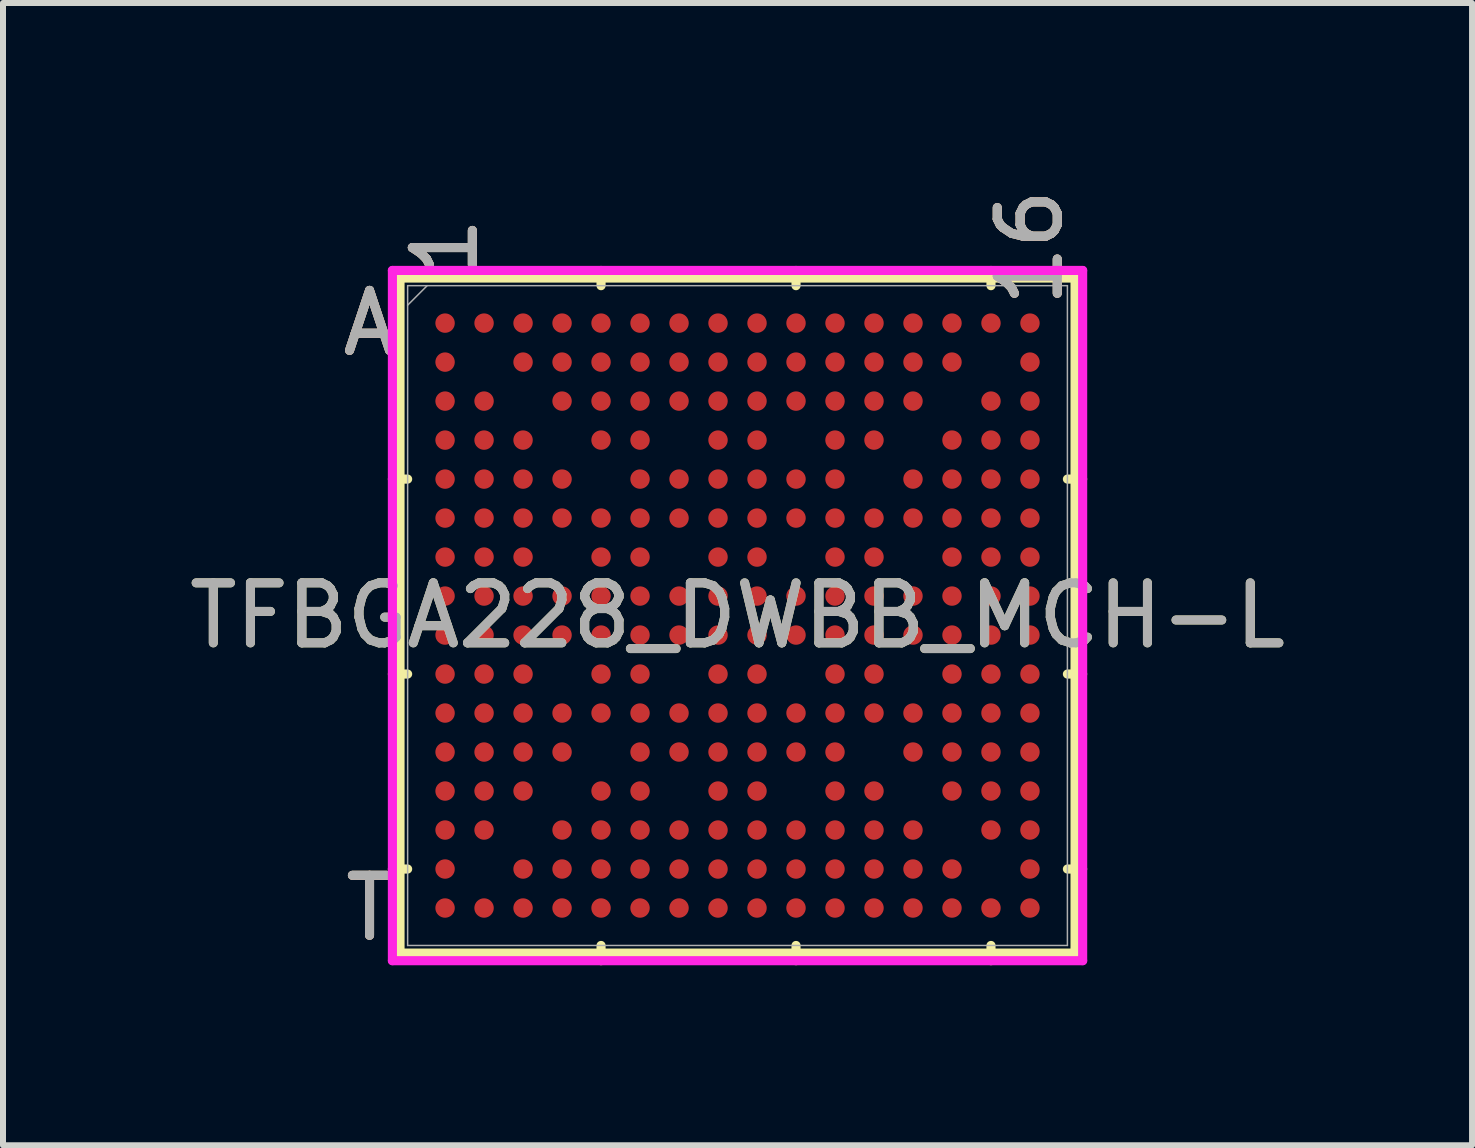
<source format=kicad_pcb>
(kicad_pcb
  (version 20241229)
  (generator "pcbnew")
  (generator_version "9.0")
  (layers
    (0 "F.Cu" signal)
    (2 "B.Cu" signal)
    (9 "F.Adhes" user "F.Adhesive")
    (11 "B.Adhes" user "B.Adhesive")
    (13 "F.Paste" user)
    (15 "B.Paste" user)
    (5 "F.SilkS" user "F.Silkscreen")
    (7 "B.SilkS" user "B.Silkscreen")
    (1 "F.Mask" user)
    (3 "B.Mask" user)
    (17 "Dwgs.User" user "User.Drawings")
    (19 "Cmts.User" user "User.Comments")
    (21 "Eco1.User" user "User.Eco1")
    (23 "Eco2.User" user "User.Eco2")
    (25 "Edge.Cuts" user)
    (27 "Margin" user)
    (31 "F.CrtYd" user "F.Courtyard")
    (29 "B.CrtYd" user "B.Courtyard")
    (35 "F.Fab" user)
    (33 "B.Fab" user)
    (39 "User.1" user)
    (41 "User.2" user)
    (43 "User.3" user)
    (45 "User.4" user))
  (footprint "TFBGA228_DWBB_MCH-L"
    (layer "F.Cu")
    (at 9.244 7.211)
    (property "Reference" "TFBGA228_DWBB_MCH-L" (at 0 0 0) (unlocked yes) (layer "F.SilkS") (effects (font (size 1 1) (thickness 0.15))))
    (attr smd)
    (fp_line (start -5.626 -5.626) (end -5.626 5.626) (stroke (width 0.152) (type solid)) (layer "F.SilkS"))
    (fp_line (start -5.626 5.626) (end 5.626 5.626) (stroke (width 0.152) (type solid)) (layer "F.SilkS"))
    (fp_line (start -5.499 -2.275) (end -5.753 -2.275) (stroke (width 0.152) (type solid)) (layer "F.SilkS"))
    (fp_line (start -5.499 0.975) (end -5.753 0.975) (stroke (width 0.152) (type solid)) (layer "F.SilkS"))
    (fp_line (start -5.499 4.225) (end -5.753 4.225) (stroke (width 0.152) (type solid)) (layer "F.SilkS"))
    (fp_line (start -2.275 -5.499) (end -2.275 -5.753) (stroke (width 0.152) (type solid)) (layer "F.SilkS"))
    (fp_line (start -2.275 5.499) (end -2.275 5.753) (stroke (width 0.152) (type solid)) (layer "F.SilkS"))
    (fp_line (start 0.975 -5.499) (end 0.975 -5.753) (stroke (width 0.152) (type solid)) (layer "F.SilkS"))
    (fp_line (start 0.975 5.499) (end 0.975 5.753) (stroke (width 0.152) (type solid)) (layer "F.SilkS"))
    (fp_line (start 4.225 -5.499) (end 4.225 -5.753) (stroke (width 0.152) (type solid)) (layer "F.SilkS"))
    (fp_line (start 4.225 5.499) (end 4.225 5.753) (stroke (width 0.152) (type solid)) (layer "F.SilkS"))
    (fp_line (start 5.499 -2.275) (end 5.753 -2.275) (stroke (width 0.152) (type solid)) (layer "F.SilkS"))
    (fp_line (start 5.499 0.975) (end 5.753 0.975) (stroke (width 0.152) (type solid)) (layer "F.SilkS"))
    (fp_line (start 5.499 4.225) (end 5.753 4.225) (stroke (width 0.152) (type solid)) (layer "F.SilkS"))
    (fp_line (start 5.626 -5.626) (end -5.626 -5.626) (stroke (width 0.152) (type solid)) (layer "F.SilkS"))
    (fp_line (start 5.626 5.626) (end 5.626 -5.626) (stroke (width 0.152) (type solid)) (layer "F.SilkS"))
    (fp_poly (pts (xy -5.644 -5.644) (xy 5.644 -5.644) (xy 5.644 5.644) (xy -5.644 5.644)) (stroke (width 0.1) (type solid)) (fill no) (layer "Eco2.User"))
    (fp_line (start -5.753 -5.753) (end 5.753 -5.753) (stroke (width 0.152) (type solid)) (layer "F.CrtYd"))
    (fp_line (start -5.753 5.753) (end -5.753 -5.753) (stroke (width 0.152) (type solid)) (layer "F.CrtYd"))
    (fp_line (start 5.753 -5.753) (end 5.753 5.753) (stroke (width 0.152) (type solid)) (layer "F.CrtYd"))
    (fp_line (start 5.753 5.753) (end -5.753 5.753) (stroke (width 0.152) (type solid)) (layer "F.CrtYd"))
    (fp_line (start -5.499 -5.499) (end -5.499 5.499) (stroke (width 0.025) (type solid)) (layer "F.Fab"))
    (fp_line (start -5.499 5.499) (end 5.499 5.499) (stroke (width 0.025) (type solid)) (layer "F.Fab"))
    (fp_line (start -5.174 -5.499) (end -5.499 -5.174) (stroke (width 0.025) (type solid)) (layer "F.Fab"))
    (fp_line (start 5.499 -5.499) (end -5.499 -5.499) (stroke (width 0.025) (type solid)) (layer "F.Fab"))
    (fp_line (start 5.499 5.499) (end 5.499 -5.499) (stroke (width 0.025) (type solid)) (layer "F.Fab"))
    (fp_text user "T" (at -6.134 4.875 0) (unlocked yes) (layer "F.SilkS") (effects (font (size 1 1) (thickness 0.15))))
    (fp_text user "16" (at 4.875 -6.134 90) (unlocked yes) (layer "F.SilkS") (effects (font (size 1 1) (thickness 0.15))))
    (fp_text user "A" (at -6.134 -4.875 0) (unlocked yes) (layer "F.SilkS") (effects (font (size 1 1) (thickness 0.15))))
    (fp_text user "1" (at -4.875 -6.134 90) (unlocked yes) (layer "F.SilkS") (effects (font (size 1 1) (thickness 0.15))))
    (fp_text user "16" (at 4.875 -6.134 90) (unlocked yes) (layer "B.SilkS") (effects (font (size 1 1) (thickness 0.15))))
    (fp_text user "T" (at -6.134 4.875 0) (unlocked yes) (layer "B.SilkS") (effects (font (size 1 1) (thickness 0.15))))
    (fp_text user "A" (at -6.134 -4.875 0) (unlocked yes) (layer "B.SilkS") (effects (font (size 1 1) (thickness 0.15))))
    (fp_text user "1" (at -4.875 -6.134 90) (unlocked yes) (layer "B.SilkS") (effects (font (size 1 1) (thickness 0.15))))
    (fp_text user "A" (at -6.134 -4.875 0) (unlocked yes) (layer "F.Fab") (effects (font (size 1 1) (thickness 0.15))))
    (fp_text user "1" (at -4.875 -6.134 90) (unlocked yes) (layer "F.Fab") (effects (font (size 1 1) (thickness 0.15))))
    (fp_text user "${REFERENCE}" (at 0 0 0) (unlocked yes) (layer "F.Fab") (effects (font (size 1 1) (thickness 0.15))))
    (fp_text user "T" (at -6.134 4.875 0) (unlocked yes) (layer "F.Fab") (effects (font (size 1 1) (thickness 0.15))))
    (fp_text user "16" (at 4.875 -6.134 90) (unlocked yes) (layer "F.Fab") (effects (font (size 1 1) (thickness 0.15))))
    (pad "A1" smd circle (at -4.875 -4.875) (size 0.324 0.324) (layers "F.Cu" "F.Mask" "F.Paste"))
    (pad "A2" smd circle (at -4.225 -4.875) (size 0.324 0.324) (layers "F.Cu" "F.Mask" "F.Paste"))
    (pad "A3" smd circle (at -3.575 -4.875) (size 0.324 0.324) (layers "F.Cu" "F.Mask" "F.Paste"))
    (pad "A4" smd circle (at -2.925 -4.875) (size 0.324 0.324) (layers "F.Cu" "F.Mask" "F.Paste"))
    (pad "A5" smd circle (at -2.275 -4.875) (size 0.324 0.324) (layers "F.Cu" "F.Mask" "F.Paste"))
    (pad "A6" smd circle (at -1.625 -4.875) (size 0.324 0.324) (layers "F.Cu" "F.Mask" "F.Paste"))
    (pad "A7" smd circle (at -0.975 -4.875) (size 0.324 0.324) (layers "F.Cu" "F.Mask" "F.Paste"))
    (pad "A8" smd circle (at -0.325 -4.875) (size 0.324 0.324) (layers "F.Cu" "F.Mask" "F.Paste"))
    (pad "A9" smd circle (at 0.325 -4.875) (size 0.324 0.324) (layers "F.Cu" "F.Mask" "F.Paste"))
    (pad "A10" smd circle (at 0.975 -4.875) (size 0.324 0.324) (layers "F.Cu" "F.Mask" "F.Paste"))
    (pad "A11" smd circle (at 1.625 -4.875) (size 0.324 0.324) (layers "F.Cu" "F.Mask" "F.Paste"))
    (pad "A12" smd circle (at 2.275 -4.875) (size 0.324 0.324) (layers "F.Cu" "F.Mask" "F.Paste"))
    (pad "A13" smd circle (at 2.925 -4.875) (size 0.324 0.324) (layers "F.Cu" "F.Mask" "F.Paste"))
    (pad "A14" smd circle (at 3.575 -4.875) (size 0.324 0.324) (layers "F.Cu" "F.Mask" "F.Paste"))
    (pad "A15" smd circle (at 4.225 -4.875) (size 0.324 0.324) (layers "F.Cu" "F.Mask" "F.Paste"))
    (pad "A16" smd circle (at 4.875 -4.875) (size 0.324 0.324) (layers "F.Cu" "F.Mask" "F.Paste"))
    (pad "B1" smd circle (at -4.875 -4.225) (size 0.324 0.324) (layers "F.Cu" "F.Mask" "F.Paste"))
    (pad "B3" smd circle (at -3.575 -4.225) (size 0.324 0.324) (layers "F.Cu" "F.Mask" "F.Paste"))
    (pad "B4" smd circle (at -2.925 -4.225) (size 0.324 0.324) (layers "F.Cu" "F.Mask" "F.Paste"))
    (pad "B5" smd circle (at -2.275 -4.225) (size 0.324 0.324) (layers "F.Cu" "F.Mask" "F.Paste"))
    (pad "B6" smd circle (at -1.625 -4.225) (size 0.324 0.324) (layers "F.Cu" "F.Mask" "F.Paste"))
    (pad "B7" smd circle (at -0.975 -4.225) (size 0.324 0.324) (layers "F.Cu" "F.Mask" "F.Paste"))
    (pad "B8" smd circle (at -0.325 -4.225) (size 0.324 0.324) (layers "F.Cu" "F.Mask" "F.Paste"))
    (pad "B9" smd circle (at 0.325 -4.225) (size 0.324 0.324) (layers "F.Cu" "F.Mask" "F.Paste"))
    (pad "B10" smd circle (at 0.975 -4.225) (size 0.324 0.324) (layers "F.Cu" "F.Mask" "F.Paste"))
    (pad "B11" smd circle (at 1.625 -4.225) (size 0.324 0.324) (layers "F.Cu" "F.Mask" "F.Paste"))
    (pad "B12" smd circle (at 2.275 -4.225) (size 0.324 0.324) (layers "F.Cu" "F.Mask" "F.Paste"))
    (pad "B13" smd circle (at 2.925 -4.225) (size 0.324 0.324) (layers "F.Cu" "F.Mask" "F.Paste"))
    (pad "B14" smd circle (at 3.575 -4.225) (size 0.324 0.324) (layers "F.Cu" "F.Mask" "F.Paste"))
    (pad "B16" smd circle (at 4.875 -4.225) (size 0.324 0.324) (layers "F.Cu" "F.Mask" "F.Paste"))
    (pad "C1" smd circle (at -4.875 -3.575) (size 0.324 0.324) (layers "F.Cu" "F.Mask" "F.Paste"))
    (pad "C2" smd circle (at -4.225 -3.575) (size 0.324 0.324) (layers "F.Cu" "F.Mask" "F.Paste"))
    (pad "C4" smd circle (at -2.925 -3.575) (size 0.324 0.324) (layers "F.Cu" "F.Mask" "F.Paste"))
    (pad "C5" smd circle (at -2.275 -3.575) (size 0.324 0.324) (layers "F.Cu" "F.Mask" "F.Paste"))
    (pad "C6" smd circle (at -1.625 -3.575) (size 0.324 0.324) (layers "F.Cu" "F.Mask" "F.Paste"))
    (pad "C7" smd circle (at -0.975 -3.575) (size 0.324 0.324) (layers "F.Cu" "F.Mask" "F.Paste"))
    (pad "C8" smd circle (at -0.325 -3.575) (size 0.324 0.324) (layers "F.Cu" "F.Mask" "F.Paste"))
    (pad "C9" smd circle (at 0.325 -3.575) (size 0.324 0.324) (layers "F.Cu" "F.Mask" "F.Paste"))
    (pad "C10" smd circle (at 0.975 -3.575) (size 0.324 0.324) (layers "F.Cu" "F.Mask" "F.Paste"))
    (pad "C11" smd circle (at 1.625 -3.575) (size 0.324 0.324) (layers "F.Cu" "F.Mask" "F.Paste"))
    (pad "C12" smd circle (at 2.275 -3.575) (size 0.324 0.324) (layers "F.Cu" "F.Mask" "F.Paste"))
    (pad "C13" smd circle (at 2.925 -3.575) (size 0.324 0.324) (layers "F.Cu" "F.Mask" "F.Paste"))
    (pad "C15" smd circle (at 4.225 -3.575) (size 0.324 0.324) (layers "F.Cu" "F.Mask" "F.Paste"))
    (pad "C16" smd circle (at 4.875 -3.575) (size 0.324 0.324) (layers "F.Cu" "F.Mask" "F.Paste"))
    (pad "D1" smd circle (at -4.875 -2.925) (size 0.324 0.324) (layers "F.Cu" "F.Mask" "F.Paste"))
    (pad "D2" smd circle (at -4.225 -2.925) (size 0.324 0.324) (layers "F.Cu" "F.Mask" "F.Paste"))
    (pad "D3" smd circle (at -3.575 -2.925) (size 0.324 0.324) (layers "F.Cu" "F.Mask" "F.Paste"))
    (pad "D5" smd circle (at -2.275 -2.925) (size 0.324 0.324) (layers "F.Cu" "F.Mask" "F.Paste"))
    (pad "D6" smd circle (at -1.625 -2.925) (size 0.324 0.324) (layers "F.Cu" "F.Mask" "F.Paste"))
    (pad "D8" smd circle (at -0.325 -2.925) (size 0.324 0.324) (layers "F.Cu" "F.Mask" "F.Paste"))
    (pad "D9" smd circle (at 0.325 -2.925) (size 0.324 0.324) (layers "F.Cu" "F.Mask" "F.Paste"))
    (pad "D11" smd circle (at 1.625 -2.925) (size 0.324 0.324) (layers "F.Cu" "F.Mask" "F.Paste"))
    (pad "D12" smd circle (at 2.275 -2.925) (size 0.324 0.324) (layers "F.Cu" "F.Mask" "F.Paste"))
    (pad "D14" smd circle (at 3.575 -2.925) (size 0.324 0.324) (layers "F.Cu" "F.Mask" "F.Paste"))
    (pad "D15" smd circle (at 4.225 -2.925) (size 0.324 0.324) (layers "F.Cu" "F.Mask" "F.Paste"))
    (pad "D16" smd circle (at 4.875 -2.925) (size 0.324 0.324) (layers "F.Cu" "F.Mask" "F.Paste"))
    (pad "E1" smd circle (at -4.875 -2.275) (size 0.324 0.324) (layers "F.Cu" "F.Mask" "F.Paste"))
    (pad "E2" smd circle (at -4.225 -2.275) (size 0.324 0.324) (layers "F.Cu" "F.Mask" "F.Paste"))
    (pad "E3" smd circle (at -3.575 -2.275) (size 0.324 0.324) (layers "F.Cu" "F.Mask" "F.Paste"))
    (pad "E4" smd circle (at -2.925 -2.275) (size 0.324 0.324) (layers "F.Cu" "F.Mask" "F.Paste"))
    (pad "E6" smd circle (at -1.625 -2.275) (size 0.324 0.324) (layers "F.Cu" "F.Mask" "F.Paste"))
    (pad "E7" smd circle (at -0.975 -2.275) (size 0.324 0.324) (layers "F.Cu" "F.Mask" "F.Paste"))
    (pad "E8" smd circle (at -0.325 -2.275) (size 0.324 0.324) (layers "F.Cu" "F.Mask" "F.Paste"))
    (pad "E9" smd circle (at 0.325 -2.275) (size 0.324 0.324) (layers "F.Cu" "F.Mask" "F.Paste"))
    (pad "E10" smd circle (at 0.975 -2.275) (size 0.324 0.324) (layers "F.Cu" "F.Mask" "F.Paste"))
    (pad "E11" smd circle (at 1.625 -2.275) (size 0.324 0.324) (layers "F.Cu" "F.Mask" "F.Paste"))
    (pad "E13" smd circle (at 2.925 -2.275) (size 0.324 0.324) (layers "F.Cu" "F.Mask" "F.Paste"))
    (pad "E14" smd circle (at 3.575 -2.275) (size 0.324 0.324) (layers "F.Cu" "F.Mask" "F.Paste"))
    (pad "E15" smd circle (at 4.225 -2.275) (size 0.324 0.324) (layers "F.Cu" "F.Mask" "F.Paste"))
    (pad "E16" smd circle (at 4.875 -2.275) (size 0.324 0.324) (layers "F.Cu" "F.Mask" "F.Paste"))
    (pad "F1" smd circle (at -4.875 -1.625) (size 0.324 0.324) (layers "F.Cu" "F.Mask" "F.Paste"))
    (pad "F2" smd circle (at -4.225 -1.625) (size 0.324 0.324) (layers "F.Cu" "F.Mask" "F.Paste"))
    (pad "F3" smd circle (at -3.575 -1.625) (size 0.324 0.324) (layers "F.Cu" "F.Mask" "F.Paste"))
    (pad "F4" smd circle (at -2.925 -1.625) (size 0.324 0.324) (layers "F.Cu" "F.Mask" "F.Paste"))
    (pad "F5" smd circle (at -2.275 -1.625) (size 0.324 0.324) (layers "F.Cu" "F.Mask" "F.Paste"))
    (pad "F6" smd circle (at -1.625 -1.625) (size 0.324 0.324) (layers "F.Cu" "F.Mask" "F.Paste"))
    (pad "F7" smd circle (at -0.975 -1.625) (size 0.324 0.324) (layers "F.Cu" "F.Mask" "F.Paste"))
    (pad "F8" smd circle (at -0.325 -1.625) (size 0.324 0.324) (layers "F.Cu" "F.Mask" "F.Paste"))
    (pad "F9" smd circle (at 0.325 -1.625) (size 0.324 0.324) (layers "F.Cu" "F.Mask" "F.Paste"))
    (pad "F10" smd circle (at 0.975 -1.625) (size 0.324 0.324) (layers "F.Cu" "F.Mask" "F.Paste"))
    (pad "F11" smd circle (at 1.625 -1.625) (size 0.324 0.324) (layers "F.Cu" "F.Mask" "F.Paste"))
    (pad "F12" smd circle (at 2.275 -1.625) (size 0.324 0.324) (layers "F.Cu" "F.Mask" "F.Paste"))
    (pad "F13" smd circle (at 2.925 -1.625) (size 0.324 0.324) (layers "F.Cu" "F.Mask" "F.Paste"))
    (pad "F14" smd circle (at 3.575 -1.625) (size 0.324 0.324) (layers "F.Cu" "F.Mask" "F.Paste"))
    (pad "F15" smd circle (at 4.225 -1.625) (size 0.324 0.324) (layers "F.Cu" "F.Mask" "F.Paste"))
    (pad "F16" smd circle (at 4.875 -1.625) (size 0.324 0.324) (layers "F.Cu" "F.Mask" "F.Paste"))
    (pad "G1" smd circle (at -4.875 -0.975) (size 0.324 0.324) (layers "F.Cu" "F.Mask" "F.Paste"))
    (pad "G2" smd circle (at -4.225 -0.975) (size 0.324 0.324) (layers "F.Cu" "F.Mask" "F.Paste"))
    (pad "G3" smd circle (at -3.575 -0.975) (size 0.324 0.324) (layers "F.Cu" "F.Mask" "F.Paste"))
    (pad "G5" smd circle (at -2.275 -0.975) (size 0.324 0.324) (layers "F.Cu" "F.Mask" "F.Paste"))
    (pad "G6" smd circle (at -1.625 -0.975) (size 0.324 0.324) (layers "F.Cu" "F.Mask" "F.Paste"))
    (pad "G8" smd circle (at -0.325 -0.975) (size 0.324 0.324) (layers "F.Cu" "F.Mask" "F.Paste"))
    (pad "G9" smd circle (at 0.325 -0.975) (size 0.324 0.324) (layers "F.Cu" "F.Mask" "F.Paste"))
    (pad "G11" smd circle (at 1.625 -0.975) (size 0.324 0.324) (layers "F.Cu" "F.Mask" "F.Paste"))
    (pad "G12" smd circle (at 2.275 -0.975) (size 0.324 0.324) (layers "F.Cu" "F.Mask" "F.Paste"))
    (pad "G14" smd circle (at 3.575 -0.975) (size 0.324 0.324) (layers "F.Cu" "F.Mask" "F.Paste"))
    (pad "G15" smd circle (at 4.225 -0.975) (size 0.324 0.324) (layers "F.Cu" "F.Mask" "F.Paste"))
    (pad "G16" smd circle (at 4.875 -0.975) (size 0.324 0.324) (layers "F.Cu" "F.Mask" "F.Paste"))
    (pad "H1" smd circle (at -4.875 -0.325) (size 0.324 0.324) (layers "F.Cu" "F.Mask" "F.Paste"))
    (pad "H2" smd circle (at -4.225 -0.325) (size 0.324 0.324) (layers "F.Cu" "F.Mask" "F.Paste"))
    (pad "H3" smd circle (at -3.575 -0.325) (size 0.324 0.324) (layers "F.Cu" "F.Mask" "F.Paste"))
    (pad "H4" smd circle (at -2.925 -0.325) (size 0.324 0.324) (layers "F.Cu" "F.Mask" "F.Paste"))
    (pad "H5" smd circle (at -2.275 -0.325) (size 0.324 0.324) (layers "F.Cu" "F.Mask" "F.Paste"))
    (pad "H6" smd circle (at -1.625 -0.325) (size 0.324 0.324) (layers "F.Cu" "F.Mask" "F.Paste"))
    (pad "H7" smd circle (at -0.975 -0.325) (size 0.324 0.324) (layers "F.Cu" "F.Mask" "F.Paste"))
    (pad "H8" smd circle (at -0.325 -0.325) (size 0.324 0.324) (layers "F.Cu" "F.Mask" "F.Paste"))
    (pad "H9" smd circle (at 0.325 -0.325) (size 0.324 0.324) (layers "F.Cu" "F.Mask" "F.Paste"))
    (pad "H10" smd circle (at 0.975 -0.325) (size 0.324 0.324) (layers "F.Cu" "F.Mask" "F.Paste"))
    (pad "H11" smd circle (at 1.625 -0.325) (size 0.324 0.324) (layers "F.Cu" "F.Mask" "F.Paste"))
    (pad "H12" smd circle (at 2.275 -0.325) (size 0.324 0.324) (layers "F.Cu" "F.Mask" "F.Paste"))
    (pad "H13" smd circle (at 2.925 -0.325) (size 0.324 0.324) (layers "F.Cu" "F.Mask" "F.Paste"))
    (pad "H14" smd circle (at 3.575 -0.325) (size 0.324 0.324) (layers "F.Cu" "F.Mask" "F.Paste"))
    (pad "H15" smd circle (at 4.225 -0.325) (size 0.324 0.324) (layers "F.Cu" "F.Mask" "F.Paste"))
    (pad "H16" smd circle (at 4.875 -0.325) (size 0.324 0.324) (layers "F.Cu" "F.Mask" "F.Paste"))
    (pad "J1" smd circle (at -4.875 0.325) (size 0.324 0.324) (layers "F.Cu" "F.Mask" "F.Paste"))
    (pad "J2" smd circle (at -4.225 0.325) (size 0.324 0.324) (layers "F.Cu" "F.Mask" "F.Paste"))
    (pad "J3" smd circle (at -3.575 0.325) (size 0.324 0.324) (layers "F.Cu" "F.Mask" "F.Paste"))
    (pad "J4" smd circle (at -2.925 0.325) (size 0.324 0.324) (layers "F.Cu" "F.Mask" "F.Paste"))
    (pad "J5" smd circle (at -2.275 0.325) (size 0.324 0.324) (layers "F.Cu" "F.Mask" "F.Paste"))
    (pad "J6" smd circle (at -1.625 0.325) (size 0.324 0.324) (layers "F.Cu" "F.Mask" "F.Paste"))
    (pad "J7" smd circle (at -0.975 0.325) (size 0.324 0.324) (layers "F.Cu" "F.Mask" "F.Paste"))
    (pad "J8" smd circle (at -0.325 0.325) (size 0.324 0.324) (layers "F.Cu" "F.Mask" "F.Paste"))
    (pad "J9" smd circle (at 0.325 0.325) (size 0.324 0.324) (layers "F.Cu" "F.Mask" "F.Paste"))
    (pad "J10" smd circle (at 0.975 0.325) (size 0.324 0.324) (layers "F.Cu" "F.Mask" "F.Paste"))
    (pad "J11" smd circle (at 1.625 0.325) (size 0.324 0.324) (layers "F.Cu" "F.Mask" "F.Paste"))
    (pad "J12" smd circle (at 2.275 0.325) (size 0.324 0.324) (layers "F.Cu" "F.Mask" "F.Paste"))
    (pad "J13" smd circle (at 2.925 0.325) (size 0.324 0.324) (layers "F.Cu" "F.Mask" "F.Paste"))
    (pad "J14" smd circle (at 3.575 0.325) (size 0.324 0.324) (layers "F.Cu" "F.Mask" "F.Paste"))
    (pad "J15" smd circle (at 4.225 0.325) (size 0.324 0.324) (layers "F.Cu" "F.Mask" "F.Paste"))
    (pad "J16" smd circle (at 4.875 0.325) (size 0.324 0.324) (layers "F.Cu" "F.Mask" "F.Paste"))
    (pad "K1" smd circle (at -4.875 0.975) (size 0.324 0.324) (layers "F.Cu" "F.Mask" "F.Paste"))
    (pad "K2" smd circle (at -4.225 0.975) (size 0.324 0.324) (layers "F.Cu" "F.Mask" "F.Paste"))
    (pad "K3" smd circle (at -3.575 0.975) (size 0.324 0.324) (layers "F.Cu" "F.Mask" "F.Paste"))
    (pad "K5" smd circle (at -2.275 0.975) (size 0.324 0.324) (layers "F.Cu" "F.Mask" "F.Paste"))
    (pad "K6" smd circle (at -1.625 0.975) (size 0.324 0.324) (layers "F.Cu" "F.Mask" "F.Paste"))
    (pad "K8" smd circle (at -0.325 0.975) (size 0.324 0.324) (layers "F.Cu" "F.Mask" "F.Paste"))
    (pad "K9" smd circle (at 0.325 0.975) (size 0.324 0.324) (layers "F.Cu" "F.Mask" "F.Paste"))
    (pad "K11" smd circle (at 1.625 0.975) (size 0.324 0.324) (layers "F.Cu" "F.Mask" "F.Paste"))
    (pad "K12" smd circle (at 2.275 0.975) (size 0.324 0.324) (layers "F.Cu" "F.Mask" "F.Paste"))
    (pad "K14" smd circle (at 3.575 0.975) (size 0.324 0.324) (layers "F.Cu" "F.Mask" "F.Paste"))
    (pad "K15" smd circle (at 4.225 0.975) (size 0.324 0.324) (layers "F.Cu" "F.Mask" "F.Paste"))
    (pad "K16" smd circle (at 4.875 0.975) (size 0.324 0.324) (layers "F.Cu" "F.Mask" "F.Paste"))
    (pad "L1" smd circle (at -4.875 1.625) (size 0.324 0.324) (layers "F.Cu" "F.Mask" "F.Paste"))
    (pad "L2" smd circle (at -4.225 1.625) (size 0.324 0.324) (layers "F.Cu" "F.Mask" "F.Paste"))
    (pad "L3" smd circle (at -3.575 1.625) (size 0.324 0.324) (layers "F.Cu" "F.Mask" "F.Paste"))
    (pad "L4" smd circle (at -2.925 1.625) (size 0.324 0.324) (layers "F.Cu" "F.Mask" "F.Paste"))
    (pad "L5" smd circle (at -2.275 1.625) (size 0.324 0.324) (layers "F.Cu" "F.Mask" "F.Paste"))
    (pad "L6" smd circle (at -1.625 1.625) (size 0.324 0.324) (layers "F.Cu" "F.Mask" "F.Paste"))
    (pad "L7" smd circle (at -0.975 1.625) (size 0.324 0.324) (layers "F.Cu" "F.Mask" "F.Paste"))
    (pad "L8" smd circle (at -0.325 1.625) (size 0.324 0.324) (layers "F.Cu" "F.Mask" "F.Paste"))
    (pad "L9" smd circle (at 0.325 1.625) (size 0.324 0.324) (layers "F.Cu" "F.Mask" "F.Paste"))
    (pad "L10" smd circle (at 0.975 1.625) (size 0.324 0.324) (layers "F.Cu" "F.Mask" "F.Paste"))
    (pad "L11" smd circle (at 1.625 1.625) (size 0.324 0.324) (layers "F.Cu" "F.Mask" "F.Paste"))
    (pad "L12" smd circle (at 2.275 1.625) (size 0.324 0.324) (layers "F.Cu" "F.Mask" "F.Paste"))
    (pad "L13" smd circle (at 2.925 1.625) (size 0.324 0.324) (layers "F.Cu" "F.Mask" "F.Paste"))
    (pad "L14" smd circle (at 3.575 1.625) (size 0.324 0.324) (layers "F.Cu" "F.Mask" "F.Paste"))
    (pad "L15" smd circle (at 4.225 1.625) (size 0.324 0.324) (layers "F.Cu" "F.Mask" "F.Paste"))
    (pad "L16" smd circle (at 4.875 1.625) (size 0.324 0.324) (layers "F.Cu" "F.Mask" "F.Paste"))
    (pad "M1" smd circle (at -4.875 2.275) (size 0.324 0.324) (layers "F.Cu" "F.Mask" "F.Paste"))
    (pad "M2" smd circle (at -4.225 2.275) (size 0.324 0.324) (layers "F.Cu" "F.Mask" "F.Paste"))
    (pad "M3" smd circle (at -3.575 2.275) (size 0.324 0.324) (layers "F.Cu" "F.Mask" "F.Paste"))
    (pad "M4" smd circle (at -2.925 2.275) (size 0.324 0.324) (layers "F.Cu" "F.Mask" "F.Paste"))
    (pad "M6" smd circle (at -1.625 2.275) (size 0.324 0.324) (layers "F.Cu" "F.Mask" "F.Paste"))
    (pad "M7" smd circle (at -0.975 2.275) (size 0.324 0.324) (layers "F.Cu" "F.Mask" "F.Paste"))
    (pad "M8" smd circle (at -0.325 2.275) (size 0.324 0.324) (layers "F.Cu" "F.Mask" "F.Paste"))
    (pad "M9" smd circle (at 0.325 2.275) (size 0.324 0.324) (layers "F.Cu" "F.Mask" "F.Paste"))
    (pad "M10" smd circle (at 0.975 2.275) (size 0.324 0.324) (layers "F.Cu" "F.Mask" "F.Paste"))
    (pad "M11" smd circle (at 1.625 2.275) (size 0.324 0.324) (layers "F.Cu" "F.Mask" "F.Paste"))
    (pad "M13" smd circle (at 2.925 2.275) (size 0.324 0.324) (layers "F.Cu" "F.Mask" "F.Paste"))
    (pad "M14" smd circle (at 3.575 2.275) (size 0.324 0.324) (layers "F.Cu" "F.Mask" "F.Paste"))
    (pad "M15" smd circle (at 4.225 2.275) (size 0.324 0.324) (layers "F.Cu" "F.Mask" "F.Paste"))
    (pad "M16" smd circle (at 4.875 2.275) (size 0.324 0.324) (layers "F.Cu" "F.Mask" "F.Paste"))
    (pad "N1" smd circle (at -4.875 2.925) (size 0.324 0.324) (layers "F.Cu" "F.Mask" "F.Paste"))
    (pad "N2" smd circle (at -4.225 2.925) (size 0.324 0.324) (layers "F.Cu" "F.Mask" "F.Paste"))
    (pad "N3" smd circle (at -3.575 2.925) (size 0.324 0.324) (layers "F.Cu" "F.Mask" "F.Paste"))
    (pad "N5" smd circle (at -2.275 2.925) (size 0.324 0.324) (layers "F.Cu" "F.Mask" "F.Paste"))
    (pad "N6" smd circle (at -1.625 2.925) (size 0.324 0.324) (layers "F.Cu" "F.Mask" "F.Paste"))
    (pad "N8" smd circle (at -0.325 2.925) (size 0.324 0.324) (layers "F.Cu" "F.Mask" "F.Paste"))
    (pad "N9" smd circle (at 0.325 2.925) (size 0.324 0.324) (layers "F.Cu" "F.Mask" "F.Paste"))
    (pad "N11" smd circle (at 1.625 2.925) (size 0.324 0.324) (layers "F.Cu" "F.Mask" "F.Paste"))
    (pad "N12" smd circle (at 2.275 2.925) (size 0.324 0.324) (layers "F.Cu" "F.Mask" "F.Paste"))
    (pad "N14" smd circle (at 3.575 2.925) (size 0.324 0.324) (layers "F.Cu" "F.Mask" "F.Paste"))
    (pad "N15" smd circle (at 4.225 2.925) (size 0.324 0.324) (layers "F.Cu" "F.Mask" "F.Paste"))
    (pad "N16" smd circle (at 4.875 2.925) (size 0.324 0.324) (layers "F.Cu" "F.Mask" "F.Paste"))
    (pad "P1" smd circle (at -4.875 3.575) (size 0.324 0.324) (layers "F.Cu" "F.Mask" "F.Paste"))
    (pad "P2" smd circle (at -4.225 3.575) (size 0.324 0.324) (layers "F.Cu" "F.Mask" "F.Paste"))
    (pad "P4" smd circle (at -2.925 3.575) (size 0.324 0.324) (layers "F.Cu" "F.Mask" "F.Paste"))
    (pad "P5" smd circle (at -2.275 3.575) (size 0.324 0.324) (layers "F.Cu" "F.Mask" "F.Paste"))
    (pad "P6" smd circle (at -1.625 3.575) (size 0.324 0.324) (layers "F.Cu" "F.Mask" "F.Paste"))
    (pad "P7" smd circle (at -0.975 3.575) (size 0.324 0.324) (layers "F.Cu" "F.Mask" "F.Paste"))
    (pad "P8" smd circle (at -0.325 3.575) (size 0.324 0.324) (layers "F.Cu" "F.Mask" "F.Paste"))
    (pad "P9" smd circle (at 0.325 3.575) (size 0.324 0.324) (layers "F.Cu" "F.Mask" "F.Paste"))
    (pad "P10" smd circle (at 0.975 3.575) (size 0.324 0.324) (layers "F.Cu" "F.Mask" "F.Paste"))
    (pad "P11" smd circle (at 1.625 3.575) (size 0.324 0.324) (layers "F.Cu" "F.Mask" "F.Paste"))
    (pad "P12" smd circle (at 2.275 3.575) (size 0.324 0.324) (layers "F.Cu" "F.Mask" "F.Paste"))
    (pad "P13" smd circle (at 2.925 3.575) (size 0.324 0.324) (layers "F.Cu" "F.Mask" "F.Paste"))
    (pad "P15" smd circle (at 4.225 3.575) (size 0.324 0.324) (layers "F.Cu" "F.Mask" "F.Paste"))
    (pad "P16" smd circle (at 4.875 3.575) (size 0.324 0.324) (layers "F.Cu" "F.Mask" "F.Paste"))
    (pad "R1" smd circle (at -4.875 4.225) (size 0.324 0.324) (layers "F.Cu" "F.Mask" "F.Paste"))
    (pad "R3" smd circle (at -3.575 4.225) (size 0.324 0.324) (layers "F.Cu" "F.Mask" "F.Paste"))
    (pad "R4" smd circle (at -2.925 4.225) (size 0.324 0.324) (layers "F.Cu" "F.Mask" "F.Paste"))
    (pad "R5" smd circle (at -2.275 4.225) (size 0.324 0.324) (layers "F.Cu" "F.Mask" "F.Paste"))
    (pad "R6" smd circle (at -1.625 4.225) (size 0.324 0.324) (layers "F.Cu" "F.Mask" "F.Paste"))
    (pad "R7" smd circle (at -0.975 4.225) (size 0.324 0.324) (layers "F.Cu" "F.Mask" "F.Paste"))
    (pad "R8" smd circle (at -0.325 4.225) (size 0.324 0.324) (layers "F.Cu" "F.Mask" "F.Paste"))
    (pad "R9" smd circle (at 0.325 4.225) (size 0.324 0.324) (layers "F.Cu" "F.Mask" "F.Paste"))
    (pad "R10" smd circle (at 0.975 4.225) (size 0.324 0.324) (layers "F.Cu" "F.Mask" "F.Paste"))
    (pad "R11" smd circle (at 1.625 4.225) (size 0.324 0.324) (layers "F.Cu" "F.Mask" "F.Paste"))
    (pad "R12" smd circle (at 2.275 4.225) (size 0.324 0.324) (layers "F.Cu" "F.Mask" "F.Paste"))
    (pad "R13" smd circle (at 2.925 4.225) (size 0.324 0.324) (layers "F.Cu" "F.Mask" "F.Paste"))
    (pad "R14" smd circle (at 3.575 4.225) (size 0.324 0.324) (layers "F.Cu" "F.Mask" "F.Paste"))
    (pad "R16" smd circle (at 4.875 4.225) (size 0.324 0.324) (layers "F.Cu" "F.Mask" "F.Paste"))
    (pad "T1" smd circle (at -4.875 4.875) (size 0.324 0.324) (layers "F.Cu" "F.Mask" "F.Paste"))
    (pad "T2" smd circle (at -4.225 4.875) (size 0.324 0.324) (layers "F.Cu" "F.Mask" "F.Paste"))
    (pad "T3" smd circle (at -3.575 4.875) (size 0.324 0.324) (layers "F.Cu" "F.Mask" "F.Paste"))
    (pad "T4" smd circle (at -2.925 4.875) (size 0.324 0.324) (layers "F.Cu" "F.Mask" "F.Paste"))
    (pad "T5" smd circle (at -2.275 4.875) (size 0.324 0.324) (layers "F.Cu" "F.Mask" "F.Paste"))
    (pad "T6" smd circle (at -1.625 4.875) (size 0.324 0.324) (layers "F.Cu" "F.Mask" "F.Paste"))
    (pad "T7" smd circle (at -0.975 4.875) (size 0.324 0.324) (layers "F.Cu" "F.Mask" "F.Paste"))
    (pad "T8" smd circle (at -0.325 4.875) (size 0.324 0.324) (layers "F.Cu" "F.Mask" "F.Paste"))
    (pad "T9" smd circle (at 0.325 4.875) (size 0.324 0.324) (layers "F.Cu" "F.Mask" "F.Paste"))
    (pad "T10" smd circle (at 0.975 4.875) (size 0.324 0.324) (layers "F.Cu" "F.Mask" "F.Paste"))
    (pad "T11" smd circle (at 1.625 4.875) (size 0.324 0.324) (layers "F.Cu" "F.Mask" "F.Paste"))
    (pad "T12" smd circle (at 2.275 4.875) (size 0.324 0.324) (layers "F.Cu" "F.Mask" "F.Paste"))
    (pad "T13" smd circle (at 2.925 4.875) (size 0.324 0.324) (layers "F.Cu" "F.Mask" "F.Paste"))
    (pad "T14" smd circle (at 3.575 4.875) (size 0.324 0.324) (layers "F.Cu" "F.Mask" "F.Paste"))
    (pad "T15" smd circle (at 4.225 4.875) (size 0.324 0.324) (layers "F.Cu" "F.Mask" "F.Paste"))
    (pad "T16" smd circle (at 4.875 4.875) (size 0.324 0.324) (layers "F.Cu" "F.Mask" "F.Paste")))
  (gr_rect
    (start -3 -3)
    (end 21.488 16.041)
    (stroke (width 0.1) (type default))
    (fill no)
    (layer "Edge.Cuts")))
</source>
